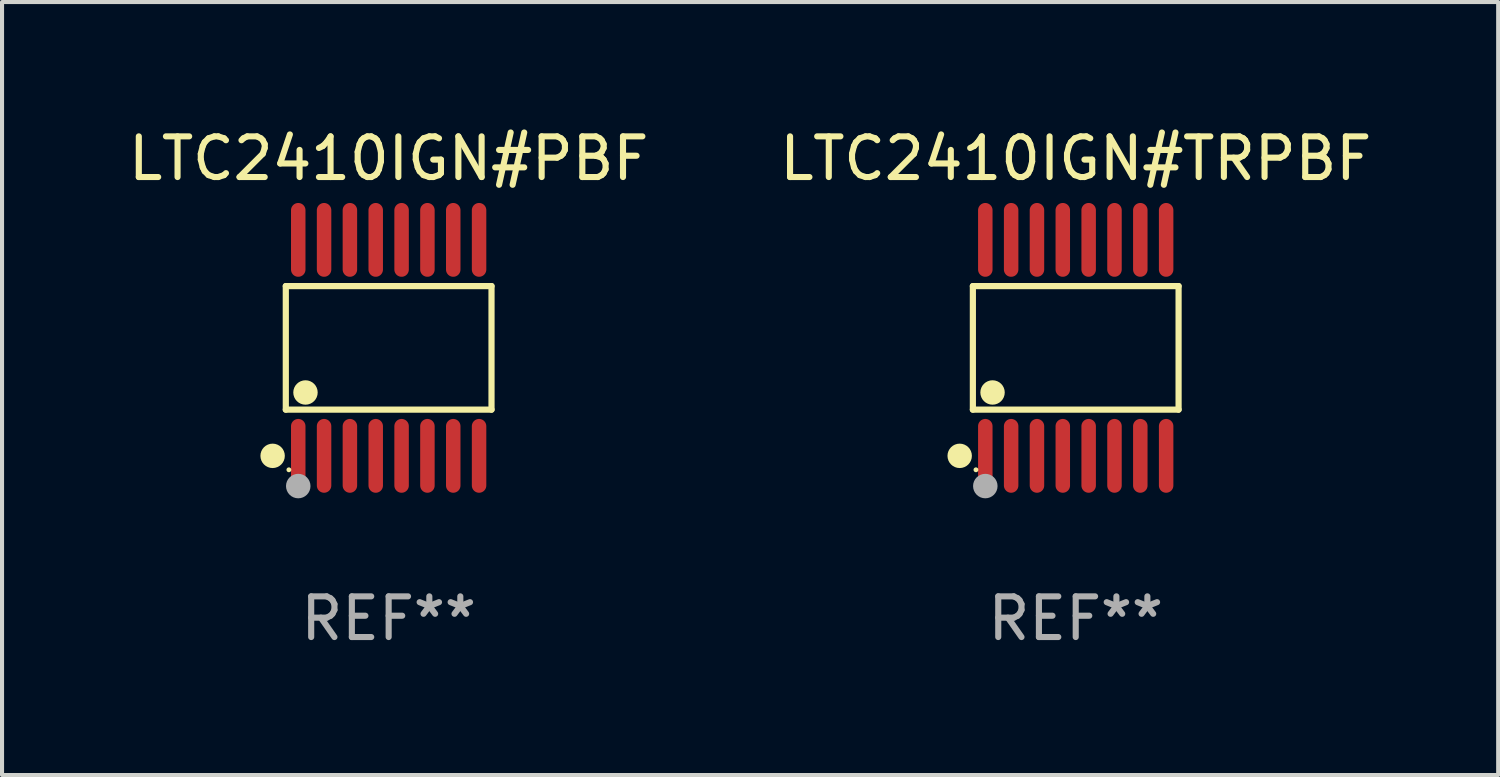
<source format=kicad_pcb>
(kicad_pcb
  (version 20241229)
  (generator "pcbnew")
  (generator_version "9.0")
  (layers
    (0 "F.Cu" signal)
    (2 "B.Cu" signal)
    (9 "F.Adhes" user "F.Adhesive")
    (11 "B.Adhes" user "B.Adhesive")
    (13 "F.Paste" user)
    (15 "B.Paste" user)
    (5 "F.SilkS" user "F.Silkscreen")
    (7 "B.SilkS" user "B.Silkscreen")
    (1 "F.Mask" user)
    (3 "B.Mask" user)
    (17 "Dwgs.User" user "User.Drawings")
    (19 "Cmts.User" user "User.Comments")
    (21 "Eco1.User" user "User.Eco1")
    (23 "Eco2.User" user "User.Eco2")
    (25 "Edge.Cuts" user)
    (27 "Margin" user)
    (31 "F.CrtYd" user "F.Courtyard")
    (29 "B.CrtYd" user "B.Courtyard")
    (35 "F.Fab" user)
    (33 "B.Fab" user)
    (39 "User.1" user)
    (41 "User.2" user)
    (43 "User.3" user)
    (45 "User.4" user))
  (footprint "LTC2410IGN#PBF"
    (layer "F.Cu")
    (at 6.506 5.503)
    (property "Reference" "LTC2410IGN#PBF" (at 0 -4.655 0) (layer "F.SilkS") (effects (font (size 1 1) (thickness 0.15))))
    (attr through_hole)
    (fp_line (start -2.529 -1.519) (end 2.529 -1.519) (stroke (width 0.152) (type solid)) (layer "F.SilkS"))
    (fp_line (start -2.529 1.519) (end -2.529 -1.519) (stroke (width 0.152) (type solid)) (layer "F.SilkS"))
    (fp_line (start 2.529 -1.519) (end 2.529 1.519) (stroke (width 0.152) (type solid)) (layer "F.SilkS"))
    (fp_line (start 2.529 1.519) (end -2.529 1.519) (stroke (width 0.152) (type solid)) (layer "F.SilkS"))
    (fp_circle (center -2.853 2.655) (end -2.703 2.655) (stroke (width 0.3) (type solid)) (fill no) (layer "F.SilkS"))
    (fp_circle (center -2.453 2.998) (end -2.423 2.998) (stroke (width 0.06) (type solid)) (fill no) (layer "F.SilkS"))
    (fp_circle (center -2.045 1.097) (end -1.895 1.097) (stroke (width 0.3) (type solid)) (fill no) (layer "F.SilkS"))
    (fp_circle (center -2.223 3.398) (end -2.072 3.398) (stroke (width 0.3) (type solid)) (fill no) (layer "F.Fab"))
    (fp_text user "REF**" (at 0 6.655 0) (layer "F.Fab") (effects (font (size 1 1) (thickness 0.15))))
    (pad "1" smd oval (at -2.223 2.655) (size 0.356 1.815) (layers "F.Cu" "F.Mask" "F.Paste"))
    (pad "2" smd oval (at -1.588 2.655) (size 0.356 1.815) (layers "F.Cu" "F.Mask" "F.Paste"))
    (pad "3" smd oval (at -0.953 2.655) (size 0.356 1.815) (layers "F.Cu" "F.Mask" "F.Paste"))
    (pad "4" smd oval (at -0.318 2.655) (size 0.356 1.815) (layers "F.Cu" "F.Mask" "F.Paste"))
    (pad "5" smd oval (at 0.318 2.655) (size 0.356 1.815) (layers "F.Cu" "F.Mask" "F.Paste"))
    (pad "6" smd oval (at 0.953 2.655) (size 0.356 1.815) (layers "F.Cu" "F.Mask" "F.Paste"))
    (pad "7" smd oval (at 1.588 2.655) (size 0.356 1.815) (layers "F.Cu" "F.Mask" "F.Paste"))
    (pad "8" smd oval (at 2.223 2.655) (size 0.356 1.815) (layers "F.Cu" "F.Mask" "F.Paste"))
    (pad "9" smd oval (at 2.223 -2.655) (size 0.356 1.815) (layers "F.Cu" "F.Mask" "F.Paste"))
    (pad "10" smd oval (at 1.588 -2.655) (size 0.356 1.815) (layers "F.Cu" "F.Mask" "F.Paste"))
    (pad "11" smd oval (at 0.953 -2.655) (size 0.356 1.815) (layers "F.Cu" "F.Mask" "F.Paste"))
    (pad "12" smd oval (at 0.318 -2.655) (size 0.356 1.815) (layers "F.Cu" "F.Mask" "F.Paste"))
    (pad "13" smd oval (at -0.318 -2.655) (size 0.356 1.815) (layers "F.Cu" "F.Mask" "F.Paste"))
    (pad "14" smd oval (at -0.953 -2.655) (size 0.356 1.815) (layers "F.Cu" "F.Mask" "F.Paste"))
    (pad "15" smd oval (at -1.588 -2.655) (size 0.356 1.815) (layers "F.Cu" "F.Mask" "F.Paste"))
    (pad "16" smd oval (at -2.223 -2.655) (size 0.356 1.815) (layers "F.Cu" "F.Mask" "F.Paste")))
  (footprint "LTC2410IGN#TRPBF"
    (layer "F.Cu")
    (at 23.399 5.503)
    (property "Reference" "LTC2410IGN#TRPBF" (at 0 -4.655 0) (layer "F.SilkS") (effects (font (size 1 1) (thickness 0.15))))
    (attr through_hole)
    (fp_line (start -2.529 -1.519) (end 2.529 -1.519) (stroke (width 0.152) (type solid)) (layer "F.SilkS"))
    (fp_line (start -2.529 1.519) (end -2.529 -1.519) (stroke (width 0.152) (type solid)) (layer "F.SilkS"))
    (fp_line (start 2.529 -1.519) (end 2.529 1.519) (stroke (width 0.152) (type solid)) (layer "F.SilkS"))
    (fp_line (start 2.529 1.519) (end -2.529 1.519) (stroke (width 0.152) (type solid)) (layer "F.SilkS"))
    (fp_circle (center -2.853 2.655) (end -2.703 2.655) (stroke (width 0.3) (type solid)) (fill no) (layer "F.SilkS"))
    (fp_circle (center -2.453 2.998) (end -2.423 2.998) (stroke (width 0.06) (type solid)) (fill no) (layer "F.SilkS"))
    (fp_circle (center -2.045 1.097) (end -1.895 1.097) (stroke (width 0.3) (type solid)) (fill no) (layer "F.SilkS"))
    (fp_circle (center -2.223 3.398) (end -2.072 3.398) (stroke (width 0.3) (type solid)) (fill no) (layer "F.Fab"))
    (fp_text user "REF**" (at 0 6.655 0) (layer "F.Fab") (effects (font (size 1 1) (thickness 0.15))))
    (pad "1" smd oval (at -2.223 2.655) (size 0.356 1.815) (layers "F.Cu" "F.Mask" "F.Paste"))
    (pad "2" smd oval (at -1.588 2.655) (size 0.356 1.815) (layers "F.Cu" "F.Mask" "F.Paste"))
    (pad "3" smd oval (at -0.953 2.655) (size 0.356 1.815) (layers "F.Cu" "F.Mask" "F.Paste"))
    (pad "4" smd oval (at -0.318 2.655) (size 0.356 1.815) (layers "F.Cu" "F.Mask" "F.Paste"))
    (pad "5" smd oval (at 0.318 2.655) (size 0.356 1.815) (layers "F.Cu" "F.Mask" "F.Paste"))
    (pad "6" smd oval (at 0.953 2.655) (size 0.356 1.815) (layers "F.Cu" "F.Mask" "F.Paste"))
    (pad "7" smd oval (at 1.588 2.655) (size 0.356 1.815) (layers "F.Cu" "F.Mask" "F.Paste"))
    (pad "8" smd oval (at 2.223 2.655) (size 0.356 1.815) (layers "F.Cu" "F.Mask" "F.Paste"))
    (pad "9" smd oval (at 2.223 -2.655) (size 0.356 1.815) (layers "F.Cu" "F.Mask" "F.Paste"))
    (pad "10" smd oval (at 1.588 -2.655) (size 0.356 1.815) (layers "F.Cu" "F.Mask" "F.Paste"))
    (pad "11" smd oval (at 0.953 -2.655) (size 0.356 1.815) (layers "F.Cu" "F.Mask" "F.Paste"))
    (pad "12" smd oval (at 0.318 -2.655) (size 0.356 1.815) (layers "F.Cu" "F.Mask" "F.Paste"))
    (pad "13" smd oval (at -0.318 -2.655) (size 0.356 1.815) (layers "F.Cu" "F.Mask" "F.Paste"))
    (pad "14" smd oval (at -0.953 -2.655) (size 0.356 1.815) (layers "F.Cu" "F.Mask" "F.Paste"))
    (pad "15" smd oval (at -1.588 -2.655) (size 0.356 1.815) (layers "F.Cu" "F.Mask" "F.Paste"))
    (pad "16" smd oval (at -2.223 -2.655) (size 0.356 1.815) (layers "F.Cu" "F.Mask" "F.Paste")))
  (gr_rect
    (start -3 -3)
    (end 33.786 16.006)
    (stroke (width 0.1) (type default))
    (fill no)
    (layer "Edge.Cuts")))
</source>
